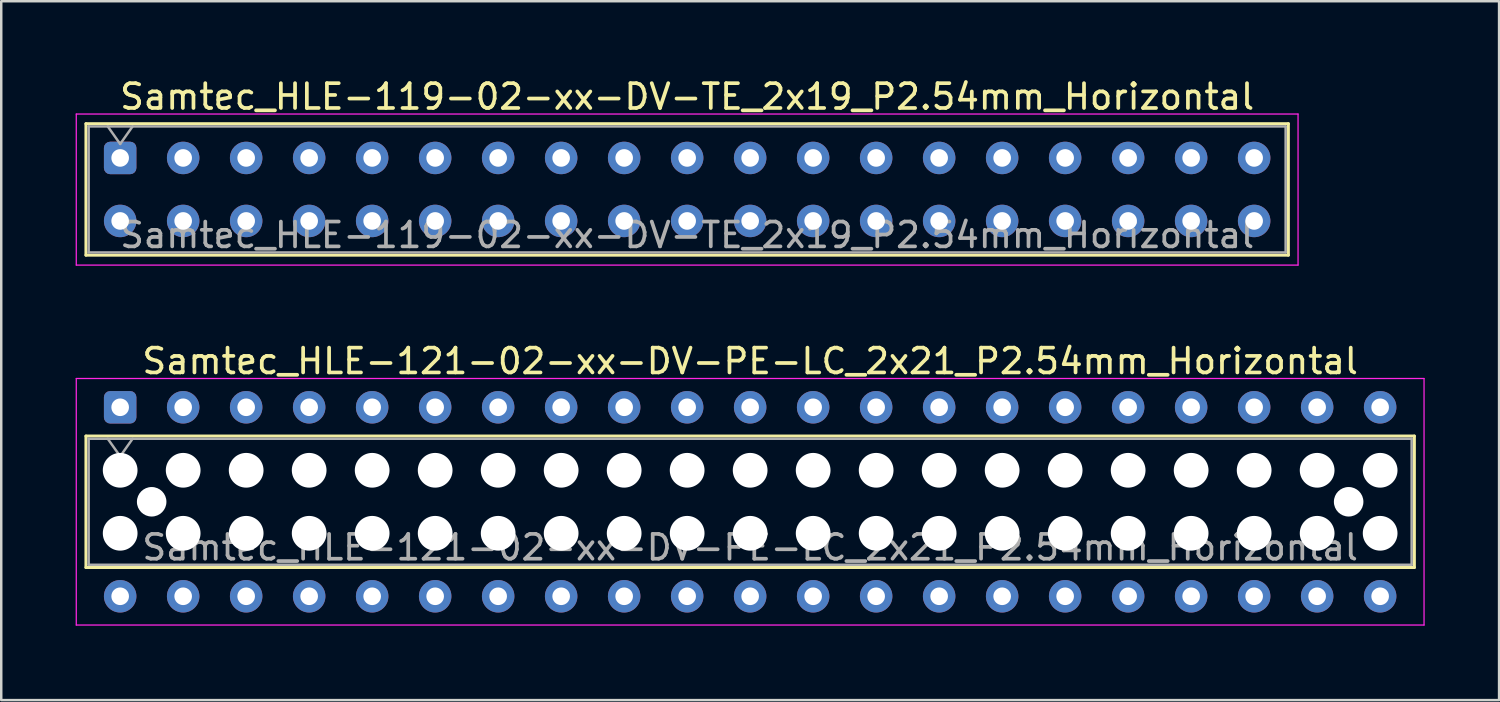
<source format=kicad_pcb>
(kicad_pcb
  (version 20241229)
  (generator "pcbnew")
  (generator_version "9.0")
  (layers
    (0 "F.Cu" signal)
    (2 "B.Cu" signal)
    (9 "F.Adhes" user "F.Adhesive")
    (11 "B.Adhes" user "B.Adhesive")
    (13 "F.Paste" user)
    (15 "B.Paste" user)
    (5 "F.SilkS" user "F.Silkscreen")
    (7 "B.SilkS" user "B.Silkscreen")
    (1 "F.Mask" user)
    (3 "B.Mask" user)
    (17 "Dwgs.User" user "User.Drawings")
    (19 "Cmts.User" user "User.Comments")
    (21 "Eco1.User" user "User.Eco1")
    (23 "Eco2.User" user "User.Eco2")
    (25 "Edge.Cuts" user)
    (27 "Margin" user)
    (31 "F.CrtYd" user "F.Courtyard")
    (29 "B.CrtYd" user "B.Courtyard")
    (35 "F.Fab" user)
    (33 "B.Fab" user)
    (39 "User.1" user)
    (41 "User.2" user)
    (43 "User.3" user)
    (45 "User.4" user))
  (footprint "Samtec_HLE-119-02-xx-DV-TE_2x19_P2.54mm_Horizontal"
    (layer "F.Cu")
    (at 1.795 3.318)
    (property "Reference" "Samtec_HLE-119-02-xx-DV-TE_2x19_P2.54mm_Horizontal" (at 22.86 -2.47 0) (layer "F.SilkS") (effects (font (size 1 1) (thickness 0.15))))
    (attr through_hole)
    (fp_line (start -1.38 -1.38) (end 47.1 -1.38) (stroke (width 0.12) (type solid)) (layer "F.SilkS"))
    (fp_line (start -1.38 3.92) (end -1.38 -1.38) (stroke (width 0.12) (type solid)) (layer "F.SilkS"))
    (fp_line (start 47.1 -1.38) (end 47.1 3.92) (stroke (width 0.12) (type solid)) (layer "F.SilkS"))
    (fp_line (start 47.1 3.92) (end -1.38 3.92) (stroke (width 0.12) (type solid)) (layer "F.SilkS"))
    (fp_line (start -1.77 -1.77) (end 47.49 -1.77) (stroke (width 0.05) (type solid)) (layer "F.CrtYd"))
    (fp_line (start -1.77 4.32) (end -1.77 -1.77) (stroke (width 0.05) (type solid)) (layer "F.CrtYd"))
    (fp_line (start 47.49 -1.77) (end 47.49 4.32) (stroke (width 0.05) (type solid)) (layer "F.CrtYd"))
    (fp_line (start 47.49 4.32) (end -1.77 4.32) (stroke (width 0.05) (type solid)) (layer "F.CrtYd"))
    (fp_line (start -1.27 -1.27) (end 46.99 -1.27) (stroke (width 0.1) (type solid)) (layer "F.Fab"))
    (fp_line (start -1.27 3.81) (end -1.27 -1.27) (stroke (width 0.1) (type solid)) (layer "F.Fab"))
    (fp_line (start -0.5 -1.27) (end 0 -0.563) (stroke (width 0.1) (type solid)) (layer "F.Fab"))
    (fp_line (start 0 -0.563) (end 0.5 -1.27) (stroke (width 0.1) (type solid)) (layer "F.Fab"))
    (fp_line (start 46.99 -1.27) (end 46.99 3.81) (stroke (width 0.1) (type solid)) (layer "F.Fab"))
    (fp_line (start 46.99 3.81) (end -1.27 3.81) (stroke (width 0.1) (type solid)) (layer "F.Fab"))
    (fp_text user "${REFERENCE}" (at 22.86 3.11 0) (layer "F.Fab") (effects (font (size 1 1) (thickness 0.15))))
    (pad "1" thru_hole roundrect (at 0 0) (size 1.31 1.31) (drill 0.71) (layers "*.Cu" "*.Mask") (roundrect_rratio 0.191))
    (pad "2" thru_hole circle (at 0 2.54) (size 1.31 1.31) (drill 0.71) (layers "*.Cu" "*.Mask"))
    (pad "3" thru_hole circle (at 2.54 0) (size 1.31 1.31) (drill 0.71) (layers "*.Cu" "*.Mask"))
    (pad "4" thru_hole circle (at 2.54 2.54) (size 1.31 1.31) (drill 0.71) (layers "*.Cu" "*.Mask"))
    (pad "5" thru_hole circle (at 5.08 0) (size 1.31 1.31) (drill 0.71) (layers "*.Cu" "*.Mask"))
    (pad "6" thru_hole circle (at 5.08 2.54) (size 1.31 1.31) (drill 0.71) (layers "*.Cu" "*.Mask"))
    (pad "7" thru_hole circle (at 7.62 0) (size 1.31 1.31) (drill 0.71) (layers "*.Cu" "*.Mask"))
    (pad "8" thru_hole circle (at 7.62 2.54) (size 1.31 1.31) (drill 0.71) (layers "*.Cu" "*.Mask"))
    (pad "9" thru_hole circle (at 10.16 0) (size 1.31 1.31) (drill 0.71) (layers "*.Cu" "*.Mask"))
    (pad "10" thru_hole circle (at 10.16 2.54) (size 1.31 1.31) (drill 0.71) (layers "*.Cu" "*.Mask"))
    (pad "11" thru_hole circle (at 12.7 0) (size 1.31 1.31) (drill 0.71) (layers "*.Cu" "*.Mask"))
    (pad "12" thru_hole circle (at 12.7 2.54) (size 1.31 1.31) (drill 0.71) (layers "*.Cu" "*.Mask"))
    (pad "13" thru_hole circle (at 15.24 0) (size 1.31 1.31) (drill 0.71) (layers "*.Cu" "*.Mask"))
    (pad "14" thru_hole circle (at 15.24 2.54) (size 1.31 1.31) (drill 0.71) (layers "*.Cu" "*.Mask"))
    (pad "15" thru_hole circle (at 17.78 0) (size 1.31 1.31) (drill 0.71) (layers "*.Cu" "*.Mask"))
    (pad "16" thru_hole circle (at 17.78 2.54) (size 1.31 1.31) (drill 0.71) (layers "*.Cu" "*.Mask"))
    (pad "17" thru_hole circle (at 20.32 0) (size 1.31 1.31) (drill 0.71) (layers "*.Cu" "*.Mask"))
    (pad "18" thru_hole circle (at 20.32 2.54) (size 1.31 1.31) (drill 0.71) (layers "*.Cu" "*.Mask"))
    (pad "19" thru_hole circle (at 22.86 0) (size 1.31 1.31) (drill 0.71) (layers "*.Cu" "*.Mask"))
    (pad "20" thru_hole circle (at 22.86 2.54) (size 1.31 1.31) (drill 0.71) (layers "*.Cu" "*.Mask"))
    (pad "21" thru_hole circle (at 25.4 0) (size 1.31 1.31) (drill 0.71) (layers "*.Cu" "*.Mask"))
    (pad "22" thru_hole circle (at 25.4 2.54) (size 1.31 1.31) (drill 0.71) (layers "*.Cu" "*.Mask"))
    (pad "23" thru_hole circle (at 27.94 0) (size 1.31 1.31) (drill 0.71) (layers "*.Cu" "*.Mask"))
    (pad "24" thru_hole circle (at 27.94 2.54) (size 1.31 1.31) (drill 0.71) (layers "*.Cu" "*.Mask"))
    (pad "25" thru_hole circle (at 30.48 0) (size 1.31 1.31) (drill 0.71) (layers "*.Cu" "*.Mask"))
    (pad "26" thru_hole circle (at 30.48 2.54) (size 1.31 1.31) (drill 0.71) (layers "*.Cu" "*.Mask"))
    (pad "27" thru_hole circle (at 33.02 0) (size 1.31 1.31) (drill 0.71) (layers "*.Cu" "*.Mask"))
    (pad "28" thru_hole circle (at 33.02 2.54) (size 1.31 1.31) (drill 0.71) (layers "*.Cu" "*.Mask"))
    (pad "29" thru_hole circle (at 35.56 0) (size 1.31 1.31) (drill 0.71) (layers "*.Cu" "*.Mask"))
    (pad "30" thru_hole circle (at 35.56 2.54) (size 1.31 1.31) (drill 0.71) (layers "*.Cu" "*.Mask"))
    (pad "31" thru_hole circle (at 38.1 0) (size 1.31 1.31) (drill 0.71) (layers "*.Cu" "*.Mask"))
    (pad "32" thru_hole circle (at 38.1 2.54) (size 1.31 1.31) (drill 0.71) (layers "*.Cu" "*.Mask"))
    (pad "33" thru_hole circle (at 40.64 0) (size 1.31 1.31) (drill 0.71) (layers "*.Cu" "*.Mask"))
    (pad "34" thru_hole circle (at 40.64 2.54) (size 1.31 1.31) (drill 0.71) (layers "*.Cu" "*.Mask"))
    (pad "35" thru_hole circle (at 43.18 0) (size 1.31 1.31) (drill 0.71) (layers "*.Cu" "*.Mask"))
    (pad "36" thru_hole circle (at 43.18 2.54) (size 1.31 1.31) (drill 0.71) (layers "*.Cu" "*.Mask"))
    (pad "37" thru_hole circle (at 45.72 0) (size 1.31 1.31) (drill 0.71) (layers "*.Cu" "*.Mask"))
    (pad "38" thru_hole circle (at 45.72 2.54) (size 1.31 1.31) (drill 0.71) (layers "*.Cu" "*.Mask")))
  (footprint "Samtec_HLE-121-02-xx-DV-PE-LC_2x21_P2.54mm_Horizontal"
    (layer "F.Cu")
    (at 1.795 13.371)
    (property "Reference" "Samtec_HLE-121-02-xx-DV-PE-LC_2x21_P2.54mm_Horizontal" (at 25.4 -1.86 0) (layer "F.SilkS") (effects (font (size 1 1) (thickness 0.15))))
    (attr through_hole)
    (fp_line (start -1.38 1.16) (end 52.18 1.16) (stroke (width 0.12) (type solid)) (layer "F.SilkS"))
    (fp_line (start -1.38 6.46) (end -1.38 1.16) (stroke (width 0.12) (type solid)) (layer "F.SilkS"))
    (fp_line (start 52.18 1.16) (end 52.18 6.46) (stroke (width 0.12) (type solid)) (layer "F.SilkS"))
    (fp_line (start 52.18 6.46) (end -1.38 6.46) (stroke (width 0.12) (type solid)) (layer "F.SilkS"))
    (fp_line (start -1.77 -1.16) (end 52.57 -1.16) (stroke (width 0.05) (type solid)) (layer "F.CrtYd"))
    (fp_line (start -1.77 8.78) (end -1.77 -1.16) (stroke (width 0.05) (type solid)) (layer "F.CrtYd"))
    (fp_line (start 52.57 -1.16) (end 52.57 8.78) (stroke (width 0.05) (type solid)) (layer "F.CrtYd"))
    (fp_line (start 52.57 8.78) (end -1.77 8.78) (stroke (width 0.05) (type solid)) (layer "F.CrtYd"))
    (fp_line (start -1.27 1.27) (end 52.07 1.27) (stroke (width 0.1) (type solid)) (layer "F.Fab"))
    (fp_line (start -1.27 6.35) (end -1.27 1.27) (stroke (width 0.1) (type solid)) (layer "F.Fab"))
    (fp_line (start -0.5 1.27) (end 0 1.977) (stroke (width 0.1) (type solid)) (layer "F.Fab"))
    (fp_line (start 0 1.977) (end 0.5 1.27) (stroke (width 0.1) (type solid)) (layer "F.Fab"))
    (fp_line (start 52.07 1.27) (end 52.07 6.35) (stroke (width 0.1) (type solid)) (layer "F.Fab"))
    (fp_line (start 52.07 6.35) (end -1.27 6.35) (stroke (width 0.1) (type solid)) (layer "F.Fab"))
    (fp_text user "${REFERENCE}" (at 25.4 5.65 0) (layer "F.Fab") (effects (font (size 1 1) (thickness 0.15))))
    (pad "" np_thru_hole circle (at 0 2.54) (size 1.4 1.4) (drill 1.4) (layers "*.Cu" "*.Mask"))
    (pad "" np_thru_hole circle (at 0 5.08) (size 1.4 1.4) (drill 1.4) (layers "*.Cu" "*.Mask"))
    (pad "" np_thru_hole circle (at 1.27 3.81) (size 1.19 1.19) (drill 1.19) (layers "*.Cu" "*.Mask"))
    (pad "" np_thru_hole circle (at 2.54 2.54) (size 1.4 1.4) (drill 1.4) (layers "*.Cu" "*.Mask"))
    (pad "" np_thru_hole circle (at 2.54 5.08) (size 1.4 1.4) (drill 1.4) (layers "*.Cu" "*.Mask"))
    (pad "" np_thru_hole circle (at 5.08 2.54) (size 1.4 1.4) (drill 1.4) (layers "*.Cu" "*.Mask"))
    (pad "" np_thru_hole circle (at 5.08 5.08) (size 1.4 1.4) (drill 1.4) (layers "*.Cu" "*.Mask"))
    (pad "" np_thru_hole circle (at 7.62 2.54) (size 1.4 1.4) (drill 1.4) (layers "*.Cu" "*.Mask"))
    (pad "" np_thru_hole circle (at 7.62 5.08) (size 1.4 1.4) (drill 1.4) (layers "*.Cu" "*.Mask"))
    (pad "" np_thru_hole circle (at 10.16 2.54) (size 1.4 1.4) (drill 1.4) (layers "*.Cu" "*.Mask"))
    (pad "" np_thru_hole circle (at 10.16 5.08) (size 1.4 1.4) (drill 1.4) (layers "*.Cu" "*.Mask"))
    (pad "" np_thru_hole circle (at 12.7 2.54) (size 1.4 1.4) (drill 1.4) (layers "*.Cu" "*.Mask"))
    (pad "" np_thru_hole circle (at 12.7 5.08) (size 1.4 1.4) (drill 1.4) (layers "*.Cu" "*.Mask"))
    (pad "" np_thru_hole circle (at 15.24 2.54) (size 1.4 1.4) (drill 1.4) (layers "*.Cu" "*.Mask"))
    (pad "" np_thru_hole circle (at 15.24 5.08) (size 1.4 1.4) (drill 1.4) (layers "*.Cu" "*.Mask"))
    (pad "" np_thru_hole circle (at 17.78 2.54) (size 1.4 1.4) (drill 1.4) (layers "*.Cu" "*.Mask"))
    (pad "" np_thru_hole circle (at 17.78 5.08) (size 1.4 1.4) (drill 1.4) (layers "*.Cu" "*.Mask"))
    (pad "" np_thru_hole circle (at 20.32 2.54) (size 1.4 1.4) (drill 1.4) (layers "*.Cu" "*.Mask"))
    (pad "" np_thru_hole circle (at 20.32 5.08) (size 1.4 1.4) (drill 1.4) (layers "*.Cu" "*.Mask"))
    (pad "" np_thru_hole circle (at 22.86 2.54) (size 1.4 1.4) (drill 1.4) (layers "*.Cu" "*.Mask"))
    (pad "" np_thru_hole circle (at 22.86 5.08) (size 1.4 1.4) (drill 1.4) (layers "*.Cu" "*.Mask"))
    (pad "" np_thru_hole circle (at 25.4 2.54) (size 1.4 1.4) (drill 1.4) (layers "*.Cu" "*.Mask"))
    (pad "" np_thru_hole circle (at 25.4 5.08) (size 1.4 1.4) (drill 1.4) (layers "*.Cu" "*.Mask"))
    (pad "" np_thru_hole circle (at 27.94 2.54) (size 1.4 1.4) (drill 1.4) (layers "*.Cu" "*.Mask"))
    (pad "" np_thru_hole circle (at 27.94 5.08) (size 1.4 1.4) (drill 1.4) (layers "*.Cu" "*.Mask"))
    (pad "" np_thru_hole circle (at 30.48 2.54) (size 1.4 1.4) (drill 1.4) (layers "*.Cu" "*.Mask"))
    (pad "" np_thru_hole circle (at 30.48 5.08) (size 1.4 1.4) (drill 1.4) (layers "*.Cu" "*.Mask"))
    (pad "" np_thru_hole circle (at 33.02 2.54) (size 1.4 1.4) (drill 1.4) (layers "*.Cu" "*.Mask"))
    (pad "" np_thru_hole circle (at 33.02 5.08) (size 1.4 1.4) (drill 1.4) (layers "*.Cu" "*.Mask"))
    (pad "" np_thru_hole circle (at 35.56 2.54) (size 1.4 1.4) (drill 1.4) (layers "*.Cu" "*.Mask"))
    (pad "" np_thru_hole circle (at 35.56 5.08) (size 1.4 1.4) (drill 1.4) (layers "*.Cu" "*.Mask"))
    (pad "" np_thru_hole circle (at 38.1 2.54) (size 1.4 1.4) (drill 1.4) (layers "*.Cu" "*.Mask"))
    (pad "" np_thru_hole circle (at 38.1 5.08) (size 1.4 1.4) (drill 1.4) (layers "*.Cu" "*.Mask"))
    (pad "" np_thru_hole circle (at 40.64 2.54) (size 1.4 1.4) (drill 1.4) (layers "*.Cu" "*.Mask"))
    (pad "" np_thru_hole circle (at 40.64 5.08) (size 1.4 1.4) (drill 1.4) (layers "*.Cu" "*.Mask"))
    (pad "" np_thru_hole circle (at 43.18 2.54) (size 1.4 1.4) (drill 1.4) (layers "*.Cu" "*.Mask"))
    (pad "" np_thru_hole circle (at 43.18 5.08) (size 1.4 1.4) (drill 1.4) (layers "*.Cu" "*.Mask"))
    (pad "" np_thru_hole circle (at 45.72 2.54) (size 1.4 1.4) (drill 1.4) (layers "*.Cu" "*.Mask"))
    (pad "" np_thru_hole circle (at 45.72 5.08) (size 1.4 1.4) (drill 1.4) (layers "*.Cu" "*.Mask"))
    (pad "" np_thru_hole circle (at 48.26 2.54) (size 1.4 1.4) (drill 1.4) (layers "*.Cu" "*.Mask"))
    (pad "" np_thru_hole circle (at 48.26 5.08) (size 1.4 1.4) (drill 1.4) (layers "*.Cu" "*.Mask"))
    (pad "" np_thru_hole circle (at 49.53 3.81) (size 1.19 1.19) (drill 1.19) (layers "*.Cu" "*.Mask"))
    (pad "" np_thru_hole circle (at 50.8 2.54) (size 1.4 1.4) (drill 1.4) (layers "*.Cu" "*.Mask"))
    (pad "" np_thru_hole circle (at 50.8 5.08) (size 1.4 1.4) (drill 1.4) (layers "*.Cu" "*.Mask"))
    (pad "1" thru_hole roundrect (at 0 0) (size 1.31 1.31) (drill 0.71) (layers "*.Cu" "*.Mask") (roundrect_rratio 0.191))
    (pad "2" thru_hole circle (at 0 7.62) (size 1.31 1.31) (drill 0.71) (layers "*.Cu" "*.Mask"))
    (pad "3" thru_hole circle (at 2.54 0) (size 1.31 1.31) (drill 0.71) (layers "*.Cu" "*.Mask"))
    (pad "4" thru_hole circle (at 2.54 7.62) (size 1.31 1.31) (drill 0.71) (layers "*.Cu" "*.Mask"))
    (pad "5" thru_hole circle (at 5.08 0) (size 1.31 1.31) (drill 0.71) (layers "*.Cu" "*.Mask"))
    (pad "6" thru_hole circle (at 5.08 7.62) (size 1.31 1.31) (drill 0.71) (layers "*.Cu" "*.Mask"))
    (pad "7" thru_hole circle (at 7.62 0) (size 1.31 1.31) (drill 0.71) (layers "*.Cu" "*.Mask"))
    (pad "8" thru_hole circle (at 7.62 7.62) (size 1.31 1.31) (drill 0.71) (layers "*.Cu" "*.Mask"))
    (pad "9" thru_hole circle (at 10.16 0) (size 1.31 1.31) (drill 0.71) (layers "*.Cu" "*.Mask"))
    (pad "10" thru_hole circle (at 10.16 7.62) (size 1.31 1.31) (drill 0.71) (layers "*.Cu" "*.Mask"))
    (pad "11" thru_hole circle (at 12.7 0) (size 1.31 1.31) (drill 0.71) (layers "*.Cu" "*.Mask"))
    (pad "12" thru_hole circle (at 12.7 7.62) (size 1.31 1.31) (drill 0.71) (layers "*.Cu" "*.Mask"))
    (pad "13" thru_hole circle (at 15.24 0) (size 1.31 1.31) (drill 0.71) (layers "*.Cu" "*.Mask"))
    (pad "14" thru_hole circle (at 15.24 7.62) (size 1.31 1.31) (drill 0.71) (layers "*.Cu" "*.Mask"))
    (pad "15" thru_hole circle (at 17.78 0) (size 1.31 1.31) (drill 0.71) (layers "*.Cu" "*.Mask"))
    (pad "16" thru_hole circle (at 17.78 7.62) (size 1.31 1.31) (drill 0.71) (layers "*.Cu" "*.Mask"))
    (pad "17" thru_hole circle (at 20.32 0) (size 1.31 1.31) (drill 0.71) (layers "*.Cu" "*.Mask"))
    (pad "18" thru_hole circle (at 20.32 7.62) (size 1.31 1.31) (drill 0.71) (layers "*.Cu" "*.Mask"))
    (pad "19" thru_hole circle (at 22.86 0) (size 1.31 1.31) (drill 0.71) (layers "*.Cu" "*.Mask"))
    (pad "20" thru_hole circle (at 22.86 7.62) (size 1.31 1.31) (drill 0.71) (layers "*.Cu" "*.Mask"))
    (pad "21" thru_hole circle (at 25.4 0) (size 1.31 1.31) (drill 0.71) (layers "*.Cu" "*.Mask"))
    (pad "22" thru_hole circle (at 25.4 7.62) (size 1.31 1.31) (drill 0.71) (layers "*.Cu" "*.Mask"))
    (pad "23" thru_hole circle (at 27.94 0) (size 1.31 1.31) (drill 0.71) (layers "*.Cu" "*.Mask"))
    (pad "24" thru_hole circle (at 27.94 7.62) (size 1.31 1.31) (drill 0.71) (layers "*.Cu" "*.Mask"))
    (pad "25" thru_hole circle (at 30.48 0) (size 1.31 1.31) (drill 0.71) (layers "*.Cu" "*.Mask"))
    (pad "26" thru_hole circle (at 30.48 7.62) (size 1.31 1.31) (drill 0.71) (layers "*.Cu" "*.Mask"))
    (pad "27" thru_hole circle (at 33.02 0) (size 1.31 1.31) (drill 0.71) (layers "*.Cu" "*.Mask"))
    (pad "28" thru_hole circle (at 33.02 7.62) (size 1.31 1.31) (drill 0.71) (layers "*.Cu" "*.Mask"))
    (pad "29" thru_hole circle (at 35.56 0) (size 1.31 1.31) (drill 0.71) (layers "*.Cu" "*.Mask"))
    (pad "30" thru_hole circle (at 35.56 7.62) (size 1.31 1.31) (drill 0.71) (layers "*.Cu" "*.Mask"))
    (pad "31" thru_hole circle (at 38.1 0) (size 1.31 1.31) (drill 0.71) (layers "*.Cu" "*.Mask"))
    (pad "32" thru_hole circle (at 38.1 7.62) (size 1.31 1.31) (drill 0.71) (layers "*.Cu" "*.Mask"))
    (pad "33" thru_hole circle (at 40.64 0) (size 1.31 1.31) (drill 0.71) (layers "*.Cu" "*.Mask"))
    (pad "34" thru_hole circle (at 40.64 7.62) (size 1.31 1.31) (drill 0.71) (layers "*.Cu" "*.Mask"))
    (pad "35" thru_hole circle (at 43.18 0) (size 1.31 1.31) (drill 0.71) (layers "*.Cu" "*.Mask"))
    (pad "36" thru_hole circle (at 43.18 7.62) (size 1.31 1.31) (drill 0.71) (layers "*.Cu" "*.Mask"))
    (pad "37" thru_hole circle (at 45.72 0) (size 1.31 1.31) (drill 0.71) (layers "*.Cu" "*.Mask"))
    (pad "38" thru_hole circle (at 45.72 7.62) (size 1.31 1.31) (drill 0.71) (layers "*.Cu" "*.Mask"))
    (pad "39" thru_hole circle (at 48.26 0) (size 1.31 1.31) (drill 0.71) (layers "*.Cu" "*.Mask"))
    (pad "40" thru_hole circle (at 48.26 7.62) (size 1.31 1.31) (drill 0.71) (layers "*.Cu" "*.Mask"))
    (pad "41" thru_hole circle (at 50.8 0) (size 1.31 1.31) (drill 0.71) (layers "*.Cu" "*.Mask"))
    (pad "42" thru_hole circle (at 50.8 7.62) (size 1.31 1.31) (drill 0.71) (layers "*.Cu" "*.Mask")))
  (gr_rect
    (start -3 -3)
    (end 57.39 25.177)
    (stroke (width 0.1) (type default))
    (fill no)
    (layer "Edge.Cuts")))
</source>
